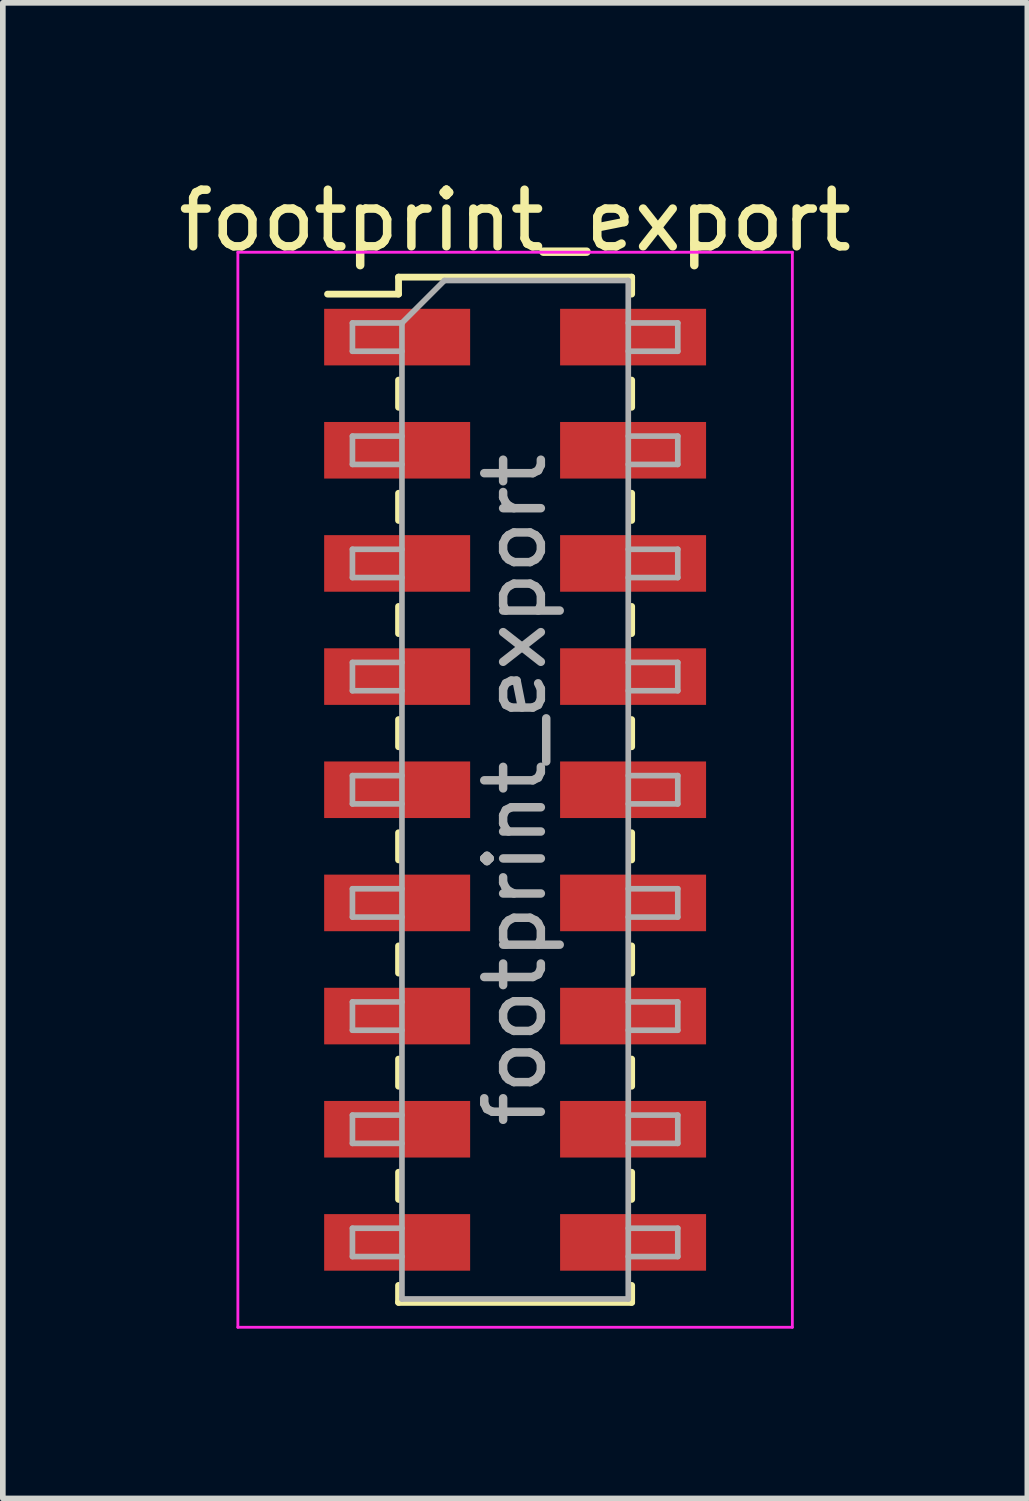
<source format=kicad_pcb>
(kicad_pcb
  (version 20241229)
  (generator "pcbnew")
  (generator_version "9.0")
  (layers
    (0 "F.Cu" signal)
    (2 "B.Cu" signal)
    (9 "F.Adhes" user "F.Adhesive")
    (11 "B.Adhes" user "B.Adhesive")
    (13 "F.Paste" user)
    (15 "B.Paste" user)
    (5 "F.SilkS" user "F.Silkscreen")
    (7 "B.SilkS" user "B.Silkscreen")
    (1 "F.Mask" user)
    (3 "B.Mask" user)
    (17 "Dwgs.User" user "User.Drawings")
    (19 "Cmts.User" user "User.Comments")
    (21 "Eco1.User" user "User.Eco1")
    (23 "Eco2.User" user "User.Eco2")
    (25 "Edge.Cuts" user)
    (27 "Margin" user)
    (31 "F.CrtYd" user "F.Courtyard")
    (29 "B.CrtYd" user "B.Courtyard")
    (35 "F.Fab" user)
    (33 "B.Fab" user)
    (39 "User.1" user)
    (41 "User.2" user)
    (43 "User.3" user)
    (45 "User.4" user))
  (footprint "footprint_export"
    (layer "F.Cu")
    (at 6.054 10.908)
    (property "Reference" "footprint_export" (at 0 -10.06 0) (layer "F.SilkS") (effects (font (size 1 1) (thickness 0.15))))
    (attr smd)
    (fp_line (start -3.315 -8.76) (end -2.06 -8.76) (stroke (width 0.12) (type solid)) (layer "F.SilkS"))
    (fp_line (start -2.06 -9.06) (end -2.06 -8.76) (stroke (width 0.12) (type solid)) (layer "F.SilkS"))
    (fp_line (start -2.06 -9.06) (end 2.06 -9.06) (stroke (width 0.12) (type solid)) (layer "F.SilkS"))
    (fp_line (start -2.06 -7.24) (end -2.06 -6.76) (stroke (width 0.12) (type solid)) (layer "F.SilkS"))
    (fp_line (start -2.06 -5.24) (end -2.06 -4.76) (stroke (width 0.12) (type solid)) (layer "F.SilkS"))
    (fp_line (start -2.06 -3.24) (end -2.06 -2.76) (stroke (width 0.12) (type solid)) (layer "F.SilkS"))
    (fp_line (start -2.06 -1.24) (end -2.06 -0.76) (stroke (width 0.12) (type solid)) (layer "F.SilkS"))
    (fp_line (start -2.06 0.76) (end -2.06 1.24) (stroke (width 0.12) (type solid)) (layer "F.SilkS"))
    (fp_line (start -2.06 2.76) (end -2.06 3.24) (stroke (width 0.12) (type solid)) (layer "F.SilkS"))
    (fp_line (start -2.06 4.76) (end -2.06 5.24) (stroke (width 0.12) (type solid)) (layer "F.SilkS"))
    (fp_line (start -2.06 6.76) (end -2.06 7.24) (stroke (width 0.12) (type solid)) (layer "F.SilkS"))
    (fp_line (start -2.06 8.76) (end -2.06 9.06) (stroke (width 0.12) (type solid)) (layer "F.SilkS"))
    (fp_line (start -2.06 9.06) (end 2.06 9.06) (stroke (width 0.12) (type solid)) (layer "F.SilkS"))
    (fp_line (start 2.06 -9.06) (end 2.06 -8.76) (stroke (width 0.12) (type solid)) (layer "F.SilkS"))
    (fp_line (start 2.06 -7.24) (end 2.06 -6.76) (stroke (width 0.12) (type solid)) (layer "F.SilkS"))
    (fp_line (start 2.06 -5.24) (end 2.06 -4.76) (stroke (width 0.12) (type solid)) (layer "F.SilkS"))
    (fp_line (start 2.06 -3.24) (end 2.06 -2.76) (stroke (width 0.12) (type solid)) (layer "F.SilkS"))
    (fp_line (start 2.06 -1.24) (end 2.06 -0.76) (stroke (width 0.12) (type solid)) (layer "F.SilkS"))
    (fp_line (start 2.06 0.76) (end 2.06 1.24) (stroke (width 0.12) (type solid)) (layer "F.SilkS"))
    (fp_line (start 2.06 2.76) (end 2.06 3.24) (stroke (width 0.12) (type solid)) (layer "F.SilkS"))
    (fp_line (start 2.06 4.76) (end 2.06 5.24) (stroke (width 0.12) (type solid)) (layer "F.SilkS"))
    (fp_line (start 2.06 6.76) (end 2.06 7.24) (stroke (width 0.12) (type solid)) (layer "F.SilkS"))
    (fp_line (start 2.06 8.76) (end 2.06 9.06) (stroke (width 0.12) (type solid)) (layer "F.SilkS"))
    (fp_line (start -4.9 -9.5) (end -4.9 9.5) (stroke (width 0.05) (type solid)) (layer "F.CrtYd"))
    (fp_line (start -4.9 9.5) (end 4.9 9.5) (stroke (width 0.05) (type solid)) (layer "F.CrtYd"))
    (fp_line (start 4.9 -9.5) (end -4.9 -9.5) (stroke (width 0.05) (type solid)) (layer "F.CrtYd"))
    (fp_line (start 4.9 9.5) (end 4.9 -9.5) (stroke (width 0.05) (type solid)) (layer "F.CrtYd"))
    (fp_line (start -2.875 -8.25) (end -2.875 -7.75) (stroke (width 0.1) (type solid)) (layer "F.Fab"))
    (fp_line (start -2.875 -7.75) (end -2 -7.75) (stroke (width 0.1) (type solid)) (layer "F.Fab"))
    (fp_line (start -2.875 -6.25) (end -2.875 -5.75) (stroke (width 0.1) (type solid)) (layer "F.Fab"))
    (fp_line (start -2.875 -5.75) (end -2 -5.75) (stroke (width 0.1) (type solid)) (layer "F.Fab"))
    (fp_line (start -2.875 -4.25) (end -2.875 -3.75) (stroke (width 0.1) (type solid)) (layer "F.Fab"))
    (fp_line (start -2.875 -3.75) (end -2 -3.75) (stroke (width 0.1) (type solid)) (layer "F.Fab"))
    (fp_line (start -2.875 -2.25) (end -2.875 -1.75) (stroke (width 0.1) (type solid)) (layer "F.Fab"))
    (fp_line (start -2.875 -1.75) (end -2 -1.75) (stroke (width 0.1) (type solid)) (layer "F.Fab"))
    (fp_line (start -2.875 -0.25) (end -2.875 0.25) (stroke (width 0.1) (type solid)) (layer "F.Fab"))
    (fp_line (start -2.875 0.25) (end -2 0.25) (stroke (width 0.1) (type solid)) (layer "F.Fab"))
    (fp_line (start -2.875 1.75) (end -2.875 2.25) (stroke (width 0.1) (type solid)) (layer "F.Fab"))
    (fp_line (start -2.875 2.25) (end -2 2.25) (stroke (width 0.1) (type solid)) (layer "F.Fab"))
    (fp_line (start -2.875 3.75) (end -2.875 4.25) (stroke (width 0.1) (type solid)) (layer "F.Fab"))
    (fp_line (start -2.875 4.25) (end -2 4.25) (stroke (width 0.1) (type solid)) (layer "F.Fab"))
    (fp_line (start -2.875 5.75) (end -2.875 6.25) (stroke (width 0.1) (type solid)) (layer "F.Fab"))
    (fp_line (start -2.875 6.25) (end -2 6.25) (stroke (width 0.1) (type solid)) (layer "F.Fab"))
    (fp_line (start -2.875 7.75) (end -2.875 8.25) (stroke (width 0.1) (type solid)) (layer "F.Fab"))
    (fp_line (start -2.875 8.25) (end -2 8.25) (stroke (width 0.1) (type solid)) (layer "F.Fab"))
    (fp_line (start -2 -8.25) (end -2.875 -8.25) (stroke (width 0.1) (type solid)) (layer "F.Fab"))
    (fp_line (start -2 -8.25) (end -1.25 -9) (stroke (width 0.1) (type solid)) (layer "F.Fab"))
    (fp_line (start -2 -6.25) (end -2.875 -6.25) (stroke (width 0.1) (type solid)) (layer "F.Fab"))
    (fp_line (start -2 -4.25) (end -2.875 -4.25) (stroke (width 0.1) (type solid)) (layer "F.Fab"))
    (fp_line (start -2 -2.25) (end -2.875 -2.25) (stroke (width 0.1) (type solid)) (layer "F.Fab"))
    (fp_line (start -2 -0.25) (end -2.875 -0.25) (stroke (width 0.1) (type solid)) (layer "F.Fab"))
    (fp_line (start -2 1.75) (end -2.875 1.75) (stroke (width 0.1) (type solid)) (layer "F.Fab"))
    (fp_line (start -2 3.75) (end -2.875 3.75) (stroke (width 0.1) (type solid)) (layer "F.Fab"))
    (fp_line (start -2 5.75) (end -2.875 5.75) (stroke (width 0.1) (type solid)) (layer "F.Fab"))
    (fp_line (start -2 7.75) (end -2.875 7.75) (stroke (width 0.1) (type solid)) (layer "F.Fab"))
    (fp_line (start -2 9) (end -2 -8.25) (stroke (width 0.1) (type solid)) (layer "F.Fab"))
    (fp_line (start -1.25 -9) (end 2 -9) (stroke (width 0.1) (type solid)) (layer "F.Fab"))
    (fp_line (start 2 -9) (end 2 9) (stroke (width 0.1) (type solid)) (layer "F.Fab"))
    (fp_line (start 2 -8.25) (end 2.875 -8.25) (stroke (width 0.1) (type solid)) (layer "F.Fab"))
    (fp_line (start 2 -6.25) (end 2.875 -6.25) (stroke (width 0.1) (type solid)) (layer "F.Fab"))
    (fp_line (start 2 -4.25) (end 2.875 -4.25) (stroke (width 0.1) (type solid)) (layer "F.Fab"))
    (fp_line (start 2 -2.25) (end 2.875 -2.25) (stroke (width 0.1) (type solid)) (layer "F.Fab"))
    (fp_line (start 2 -0.25) (end 2.875 -0.25) (stroke (width 0.1) (type solid)) (layer "F.Fab"))
    (fp_line (start 2 1.75) (end 2.875 1.75) (stroke (width 0.1) (type solid)) (layer "F.Fab"))
    (fp_line (start 2 3.75) (end 2.875 3.75) (stroke (width 0.1) (type solid)) (layer "F.Fab"))
    (fp_line (start 2 5.75) (end 2.875 5.75) (stroke (width 0.1) (type solid)) (layer "F.Fab"))
    (fp_line (start 2 7.75) (end 2.875 7.75) (stroke (width 0.1) (type solid)) (layer "F.Fab"))
    (fp_line (start 2 9) (end -2 9) (stroke (width 0.1) (type solid)) (layer "F.Fab"))
    (fp_line (start 2.875 -8.25) (end 2.875 -7.75) (stroke (width 0.1) (type solid)) (layer "F.Fab"))
    (fp_line (start 2.875 -7.75) (end 2 -7.75) (stroke (width 0.1) (type solid)) (layer "F.Fab"))
    (fp_line (start 2.875 -6.25) (end 2.875 -5.75) (stroke (width 0.1) (type solid)) (layer "F.Fab"))
    (fp_line (start 2.875 -5.75) (end 2 -5.75) (stroke (width 0.1) (type solid)) (layer "F.Fab"))
    (fp_line (start 2.875 -4.25) (end 2.875 -3.75) (stroke (width 0.1) (type solid)) (layer "F.Fab"))
    (fp_line (start 2.875 -3.75) (end 2 -3.75) (stroke (width 0.1) (type solid)) (layer "F.Fab"))
    (fp_line (start 2.875 -2.25) (end 2.875 -1.75) (stroke (width 0.1) (type solid)) (layer "F.Fab"))
    (fp_line (start 2.875 -1.75) (end 2 -1.75) (stroke (width 0.1) (type solid)) (layer "F.Fab"))
    (fp_line (start 2.875 -0.25) (end 2.875 0.25) (stroke (width 0.1) (type solid)) (layer "F.Fab"))
    (fp_line (start 2.875 0.25) (end 2 0.25) (stroke (width 0.1) (type solid)) (layer "F.Fab"))
    (fp_line (start 2.875 1.75) (end 2.875 2.25) (stroke (width 0.1) (type solid)) (layer "F.Fab"))
    (fp_line (start 2.875 2.25) (end 2 2.25) (stroke (width 0.1) (type solid)) (layer "F.Fab"))
    (fp_line (start 2.875 3.75) (end 2.875 4.25) (stroke (width 0.1) (type solid)) (layer "F.Fab"))
    (fp_line (start 2.875 4.25) (end 2 4.25) (stroke (width 0.1) (type solid)) (layer "F.Fab"))
    (fp_line (start 2.875 5.75) (end 2.875 6.25) (stroke (width 0.1) (type solid)) (layer "F.Fab"))
    (fp_line (start 2.875 6.25) (end 2 6.25) (stroke (width 0.1) (type solid)) (layer "F.Fab"))
    (fp_line (start 2.875 7.75) (end 2.875 8.25) (stroke (width 0.1) (type solid)) (layer "F.Fab"))
    (fp_line (start 2.875 8.25) (end 2 8.25) (stroke (width 0.1) (type solid)) (layer "F.Fab"))
    (fp_text user "${REFERENCE}" (at 0 0 90) (layer "F.Fab") (effects (font (size 1 1) (thickness 0.15))))
    (pad "1" smd rect (at -2.085 -8) (size 2.58 1) (layers "F.Cu" "F.Mask" "F.Paste"))
    (pad "2" smd rect (at 2.085 -8) (size 2.58 1) (layers "F.Cu" "F.Mask" "F.Paste"))
    (pad "3" smd rect (at -2.085 -6) (size 2.58 1) (layers "F.Cu" "F.Mask" "F.Paste"))
    (pad "4" smd rect (at 2.085 -6) (size 2.58 1) (layers "F.Cu" "F.Mask" "F.Paste"))
    (pad "5" smd rect (at -2.085 -4) (size 2.58 1) (layers "F.Cu" "F.Mask" "F.Paste"))
    (pad "6" smd rect (at 2.085 -4) (size 2.58 1) (layers "F.Cu" "F.Mask" "F.Paste"))
    (pad "7" smd rect (at -2.085 -2) (size 2.58 1) (layers "F.Cu" "F.Mask" "F.Paste"))
    (pad "8" smd rect (at 2.085 -2) (size 2.58 1) (layers "F.Cu" "F.Mask" "F.Paste"))
    (pad "9" smd rect (at -2.085 0) (size 2.58 1) (layers "F.Cu" "F.Mask" "F.Paste"))
    (pad "10" smd rect (at 2.085 0) (size 2.58 1) (layers "F.Cu" "F.Mask" "F.Paste"))
    (pad "11" smd rect (at -2.085 2) (size 2.58 1) (layers "F.Cu" "F.Mask" "F.Paste"))
    (pad "12" smd rect (at 2.085 2) (size 2.58 1) (layers "F.Cu" "F.Mask" "F.Paste"))
    (pad "13" smd rect (at -2.085 4) (size 2.58 1) (layers "F.Cu" "F.Mask" "F.Paste"))
    (pad "14" smd rect (at 2.085 4) (size 2.58 1) (layers "F.Cu" "F.Mask" "F.Paste"))
    (pad "15" smd rect (at -2.085 6) (size 2.58 1) (layers "F.Cu" "F.Mask" "F.Paste"))
    (pad "16" smd rect (at 2.085 6) (size 2.58 1) (layers "F.Cu" "F.Mask" "F.Paste"))
    (pad "17" smd rect (at -2.085 8) (size 2.58 1) (layers "F.Cu" "F.Mask" "F.Paste"))
    (pad "18" smd rect (at 2.085 8) (size 2.58 1) (layers "F.Cu" "F.Mask" "F.Paste")))
  (gr_rect
    (start -3 -3)
    (end 15.107 23.433)
    (stroke (width 0.1) (type default))
    (fill no)
    (layer "Edge.Cuts")))
</source>
